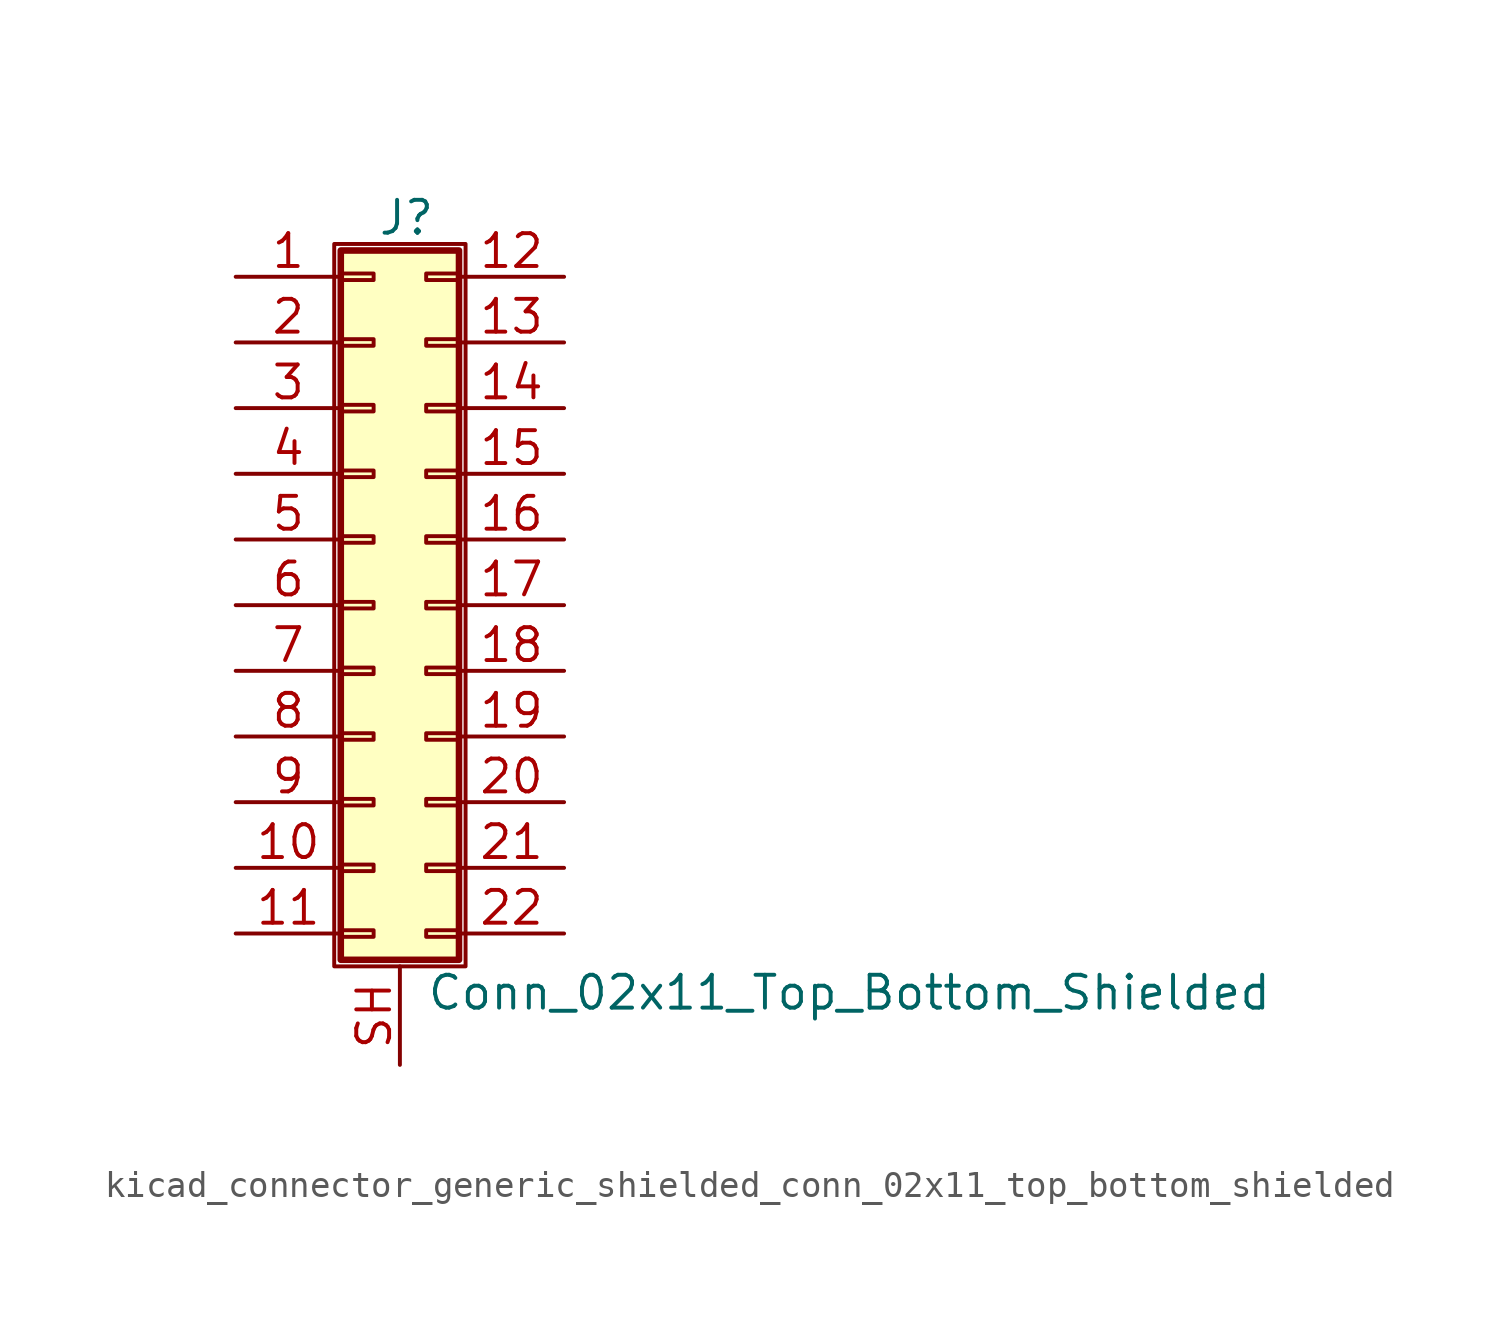
<source format=kicad_sym>
(kicad_symbol_lib
  (version 20220914)
  (generator kicad_symbol_editor)
  (symbol "kicad_connector_generic_shielded_conn_02x11_top_bottom_shielded"
    (pin_names
      (offset 1.016) hide)
    (property "Reference" "J"
      (at 1.524 14.986 0)
      (effects (font (size 1.27 1.27))))
    (property "Value" "Conn_02x11_Top_Bottom_Shielded"
      (at 2.286 -14.986 0)
      (effects (font (size 1.27 1.27)) (justify left)))
    (symbol "kicad_connector_generic_shielded_conn_02x11_top_bottom_shielded_1_1"
      (rectangle (start -1.27 13.97) (end 3.81 -13.97) (stroke (width 0.152) (type default)) (fill (type none)))
      (rectangle (start -1.016 -12.573) (end 0.254 -12.827) (stroke (width 0.152) (type default)) (fill (type none)))
      (rectangle (start -1.016 -10.033) (end 0.254 -10.287) (stroke (width 0.152) (type default)) (fill (type none)))
      (rectangle (start -1.016 -7.493) (end 0.254 -7.747) (stroke (width 0.152) (type default)) (fill (type none)))
      (rectangle (start -1.016 -4.953) (end 0.254 -5.207) (stroke (width 0.152) (type default)) (fill (type none)))
      (rectangle (start -1.016 -2.413) (end 0.254 -2.667) (stroke (width 0.152) (type default)) (fill (type none)))
      (rectangle (start -1.016 0.127) (end 0.254 -0.127) (stroke (width 0.152) (type default)) (fill (type none)))
      (rectangle (start -1.016 2.667) (end 0.254 2.413) (stroke (width 0.152) (type default)) (fill (type none)))
      (rectangle (start -1.016 5.207) (end 0.254 4.953) (stroke (width 0.152) (type default)) (fill (type none)))
      (rectangle (start -1.016 7.747) (end 0.254 7.493) (stroke (width 0.152) (type default)) (fill (type none)))
      (rectangle (start -1.016 10.287) (end 0.254 10.033) (stroke (width 0.152) (type default)) (fill (type none)))
      (rectangle (start -1.016 12.827) (end 0.254 12.573) (stroke (width 0.152) (type default)) (fill (type none)))
      (rectangle (start -1.016 13.716) (end 3.556 -13.716) (stroke (width 0.254) (type default)) (fill (type background)))
      (rectangle (start 3.556 -12.573) (end 2.286 -12.827) (stroke (width 0.152) (type default)) (fill (type none)))
      (rectangle (start 3.556 -10.033) (end 2.286 -10.287) (stroke (width 0.152) (type default)) (fill (type none)))
      (rectangle (start 3.556 -7.493) (end 2.286 -7.747) (stroke (width 0.152) (type default)) (fill (type none)))
      (rectangle (start 3.556 -4.953) (end 2.286 -5.207) (stroke (width 0.152) (type default)) (fill (type none)))
      (rectangle (start 3.556 -2.413) (end 2.286 -2.667) (stroke (width 0.152) (type default)) (fill (type none)))
      (rectangle (start 3.556 0.127) (end 2.286 -0.127) (stroke (width 0.152) (type default)) (fill (type none)))
      (rectangle (start 3.556 2.667) (end 2.286 2.413) (stroke (width 0.152) (type default)) (fill (type none)))
      (rectangle (start 3.556 5.207) (end 2.286 4.953) (stroke (width 0.152) (type default)) (fill (type none)))
      (rectangle (start 3.556 7.747) (end 2.286 7.493) (stroke (width 0.152) (type default)) (fill (type none)))
      (rectangle (start 3.556 10.287) (end 2.286 10.033) (stroke (width 0.152) (type default)) (fill (type none)))
      (rectangle (start 3.556 12.827) (end 2.286 12.573) (stroke (width 0.152) (type default)) (fill (type none)))
      (pin passive line (at -5.08 12.7 0) (length 4.064) (name "Pin_1" (effects (font (size 1.27 1.27)))) (number "1" (effects (font (size 1.27 1.27)))))
      (pin passive line (at -5.08 -10.16 0) (length 4.064) (name "Pin_10" (effects (font (size 1.27 1.27)))) (number "10" (effects (font (size 1.27 1.27)))))
      (pin passive line (at -5.08 -12.7 0) (length 4.064) (name "Pin_11" (effects (font (size 1.27 1.27)))) (number "11" (effects (font (size 1.27 1.27)))))
      (pin passive line (at 7.62 12.7 180) (length 4.064) (name "Pin_12" (effects (font (size 1.27 1.27)))) (number "12" (effects (font (size 1.27 1.27)))))
      (pin passive line (at 7.62 10.16 180) (length 4.064) (name "Pin_13" (effects (font (size 1.27 1.27)))) (number "13" (effects (font (size 1.27 1.27)))))
      (pin passive line (at 7.62 7.62 180) (length 4.064) (name "Pin_14" (effects (font (size 1.27 1.27)))) (number "14" (effects (font (size 1.27 1.27)))))
      (pin passive line (at 7.62 5.08 180) (length 4.064) (name "Pin_15" (effects (font (size 1.27 1.27)))) (number "15" (effects (font (size 1.27 1.27)))))
      (pin passive line (at 7.62 2.54 180) (length 4.064) (name "Pin_16" (effects (font (size 1.27 1.27)))) (number "16" (effects (font (size 1.27 1.27)))))
      (pin passive line (at 7.62 0 180) (length 4.064) (name "Pin_17" (effects (font (size 1.27 1.27)))) (number "17" (effects (font (size 1.27 1.27)))))
      (pin passive line (at 7.62 -2.54 180) (length 4.064) (name "Pin_18" (effects (font (size 1.27 1.27)))) (number "18" (effects (font (size 1.27 1.27)))))
      (pin passive line (at 7.62 -5.08 180) (length 4.064) (name "Pin_19" (effects (font (size 1.27 1.27)))) (number "19" (effects (font (size 1.27 1.27)))))
      (pin passive line (at -5.08 10.16 0) (length 4.064) (name "Pin_2" (effects (font (size 1.27 1.27)))) (number "2" (effects (font (size 1.27 1.27)))))
      (pin passive line (at 7.62 -7.62 180) (length 4.064) (name "Pin_20" (effects (font (size 1.27 1.27)))) (number "20" (effects (font (size 1.27 1.27)))))
      (pin passive line (at 7.62 -10.16 180) (length 4.064) (name "Pin_21" (effects (font (size 1.27 1.27)))) (number "21" (effects (font (size 1.27 1.27)))))
      (pin passive line (at 7.62 -12.7 180) (length 4.064) (name "Pin_22" (effects (font (size 1.27 1.27)))) (number "22" (effects (font (size 1.27 1.27)))))
      (pin passive line (at -5.08 7.62 0) (length 4.064) (name "Pin_3" (effects (font (size 1.27 1.27)))) (number "3" (effects (font (size 1.27 1.27)))))
      (pin passive line (at -5.08 5.08 0) (length 4.064) (name "Pin_4" (effects (font (size 1.27 1.27)))) (number "4" (effects (font (size 1.27 1.27)))))
      (pin passive line (at -5.08 2.54 0) (length 4.064) (name "Pin_5" (effects (font (size 1.27 1.27)))) (number "5" (effects (font (size 1.27 1.27)))))
      (pin passive line (at -5.08 0 0) (length 4.064) (name "Pin_6" (effects (font (size 1.27 1.27)))) (number "6" (effects (font (size 1.27 1.27)))))
      (pin passive line (at -5.08 -2.54 0) (length 4.064) (name "Pin_7" (effects (font (size 1.27 1.27)))) (number "7" (effects (font (size 1.27 1.27)))))
      (pin passive line (at -5.08 -5.08 0) (length 4.064) (name "Pin_8" (effects (font (size 1.27 1.27)))) (number "8" (effects (font (size 1.27 1.27)))))
      (pin passive line (at -5.08 -7.62 0) (length 4.064) (name "Pin_9" (effects (font (size 1.27 1.27)))) (number "9" (effects (font (size 1.27 1.27)))))
      (pin passive line (at 1.27 -17.78 90) (length 3.81) (name "Shield" (effects (font (size 1.27 1.27)))) (number "SH" (effects (font (size 1.27 1.27))))))))
</source>
